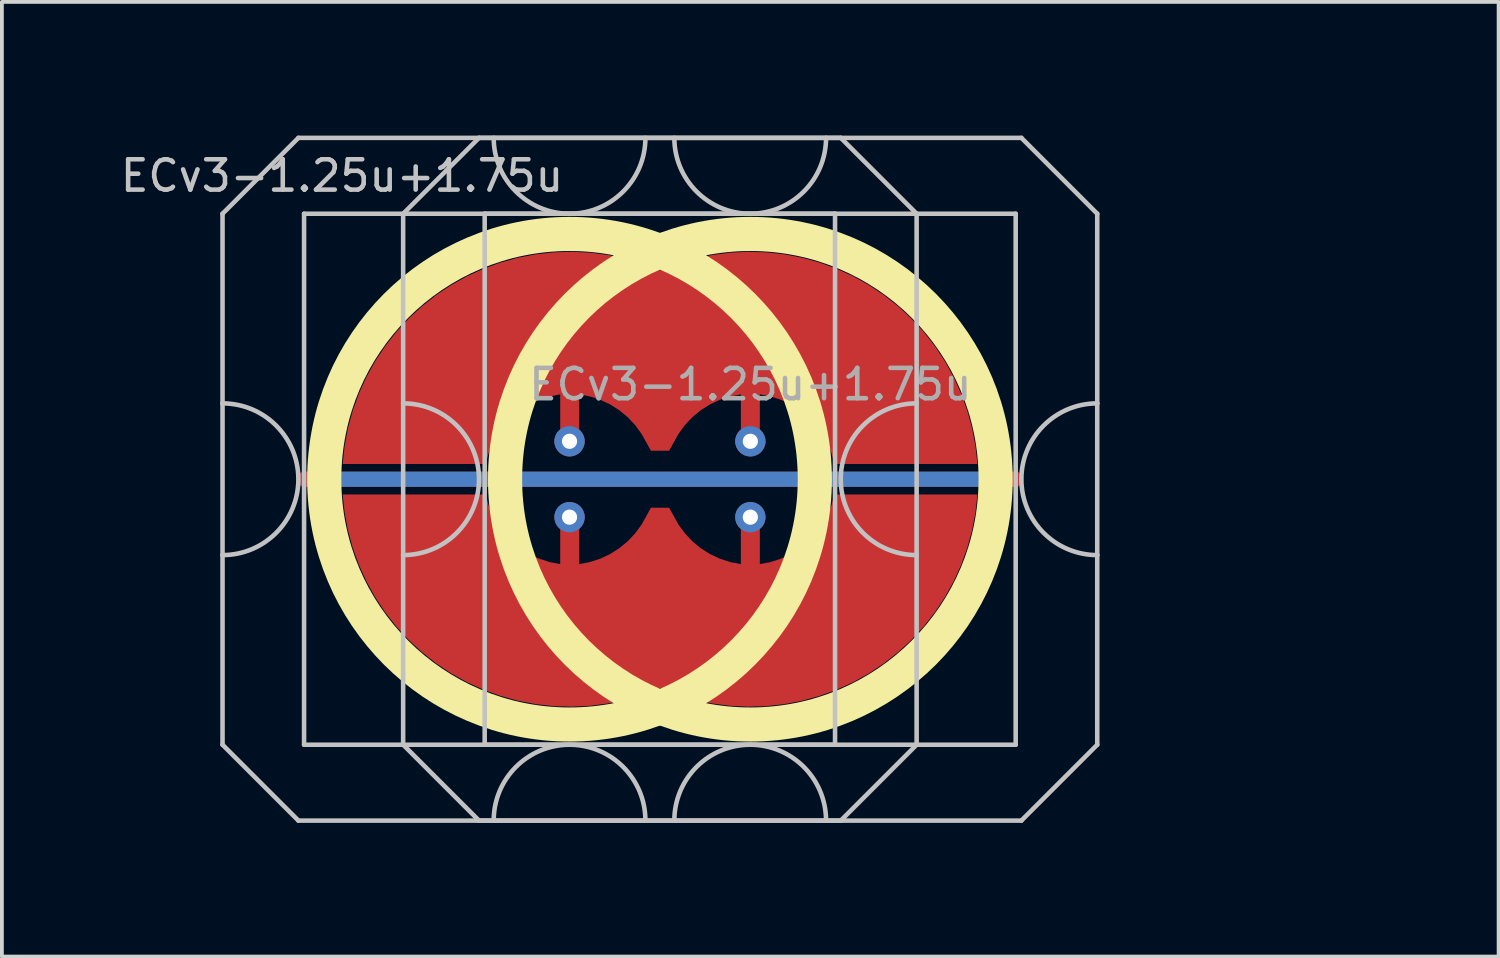
<source format=kicad_pcb>
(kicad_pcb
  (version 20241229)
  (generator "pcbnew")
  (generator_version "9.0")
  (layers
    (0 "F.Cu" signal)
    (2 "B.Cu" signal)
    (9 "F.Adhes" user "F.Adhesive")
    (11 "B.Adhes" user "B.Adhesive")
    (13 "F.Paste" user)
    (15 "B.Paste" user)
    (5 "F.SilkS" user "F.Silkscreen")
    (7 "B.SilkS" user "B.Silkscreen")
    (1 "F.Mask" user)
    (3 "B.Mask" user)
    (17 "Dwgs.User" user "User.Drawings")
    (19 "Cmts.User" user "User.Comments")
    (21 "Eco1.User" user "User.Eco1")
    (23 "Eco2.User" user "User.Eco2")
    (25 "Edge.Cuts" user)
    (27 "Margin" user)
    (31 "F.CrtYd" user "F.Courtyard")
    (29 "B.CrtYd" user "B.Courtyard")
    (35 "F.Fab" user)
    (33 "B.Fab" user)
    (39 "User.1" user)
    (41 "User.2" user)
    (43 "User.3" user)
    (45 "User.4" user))
  (footprint "ECv3-1.25u+1.75u"
    (layer "F.Cu")
    (at 16.729 9.585)
    (property "Reference" "ECv3-1.25u+1.75u" (at -10.762 -8 0) (layer "Dwgs.User") (effects (font (size 0.8 0.8) (thickness 0.12))))
    (attr through_hole exclude_from_pos_files exclude_from_bom)
    (fp_circle (center -4.763 0) (end 1.704 0) (stroke (width 0.9) (type solid)) (fill no) (layer "F.SilkS"))
    (fp_circle (center 0.004 0) (end 6.471 0) (stroke (width 0.9) (type solid)) (fill no) (layer "F.SilkS"))
    (fp_line (start -13.912 -7) (end -13.912 -2) (stroke (width 0.12) (type solid)) (layer "Dwgs.User"))
    (fp_line (start -13.912 -2) (end -13.912 2) (stroke (width 0.12) (type solid)) (layer "Dwgs.User"))
    (fp_line (start -13.912 2) (end -13.912 7) (stroke (width 0.12) (type solid)) (layer "Dwgs.User"))
    (fp_line (start -13.912 7) (end -11.912 9) (stroke (width 0.12) (type solid)) (layer "Dwgs.User"))
    (fp_line (start -11.912 -9) (end -13.912 -7) (stroke (width 0.12) (type solid)) (layer "Dwgs.User"))
    (fp_line (start -11.912 9) (end 2.388 9) (stroke (width 0.12) (type solid)) (layer "Dwgs.User"))
    (fp_line (start -11.762 -7) (end -11.762 7) (stroke (width 0.12) (type solid)) (layer "Dwgs.User"))
    (fp_line (start -11.762 7) (end 2.237 7) (stroke (width 0.12) (type solid)) (layer "Dwgs.User"))
    (fp_line (start -9.15 -7) (end -9.15 -2) (stroke (width 0.12) (type solid)) (layer "Dwgs.User"))
    (fp_line (start -9.15 -2) (end -9.15 2) (stroke (width 0.12) (type solid)) (layer "Dwgs.User"))
    (fp_line (start -9.15 2) (end -9.15 7) (stroke (width 0.12) (type solid)) (layer "Dwgs.User"))
    (fp_line (start -9.15 7) (end -7.15 9) (stroke (width 0.12) (type solid)) (layer "Dwgs.User"))
    (fp_line (start -7.15 -9) (end -9.15 -7) (stroke (width 0.12) (type solid)) (layer "Dwgs.User"))
    (fp_line (start -7.15 9) (end 7.15 9) (stroke (width 0.12) (type solid)) (layer "Dwgs.User"))
    (fp_line (start -7 -7) (end -7 7) (stroke (width 0.12) (type solid)) (layer "Dwgs.User"))
    (fp_line (start -7 7) (end 7 7) (stroke (width 0.12) (type solid)) (layer "Dwgs.User"))
    (fp_line (start 2.237 -7) (end -11.762 -7) (stroke (width 0.12) (type solid)) (layer "Dwgs.User"))
    (fp_line (start 2.237 7) (end 2.237 -7) (stroke (width 0.12) (type solid)) (layer "Dwgs.User"))
    (fp_line (start 2.388 -9) (end -11.912 -9) (stroke (width 0.12) (type solid)) (layer "Dwgs.User"))
    (fp_line (start 2.388 -9) (end 4.388 -7) (stroke (width 0.12) (type solid)) (layer "Dwgs.User"))
    (fp_line (start 2.388 9) (end 4.388 7) (stroke (width 0.12) (type solid)) (layer "Dwgs.User"))
    (fp_line (start 4.388 -2) (end 4.388 -7) (stroke (width 0.12) (type solid)) (layer "Dwgs.User"))
    (fp_line (start 4.388 -2) (end 4.388 2) (stroke (width 0.12) (type solid)) (layer "Dwgs.User"))
    (fp_line (start 4.388 7) (end 4.388 2) (stroke (width 0.12) (type solid)) (layer "Dwgs.User"))
    (fp_line (start 7 -7) (end -7 -7) (stroke (width 0.12) (type solid)) (layer "Dwgs.User"))
    (fp_line (start 7 7) (end 7 -7) (stroke (width 0.12) (type solid)) (layer "Dwgs.User"))
    (fp_line (start 7.15 -9) (end -7.15 -9) (stroke (width 0.12) (type solid)) (layer "Dwgs.User"))
    (fp_line (start 7.15 -9) (end 9.15 -7) (stroke (width 0.12) (type solid)) (layer "Dwgs.User"))
    (fp_line (start 7.15 9) (end 9.15 7) (stroke (width 0.12) (type solid)) (layer "Dwgs.User"))
    (fp_line (start 9.15 -2) (end 9.15 -7) (stroke (width 0.12) (type solid)) (layer "Dwgs.User"))
    (fp_line (start 9.15 -2) (end 9.15 2) (stroke (width 0.12) (type solid)) (layer "Dwgs.User"))
    (fp_line (start 9.15 7) (end 9.15 2) (stroke (width 0.12) (type solid)) (layer "Dwgs.User"))
    (fp_arc (start -13.9125 -2) (mid -11.9125 0) (end -13.9125 2) (stroke (width 0.12) (type solid)) (layer "Dwgs.User"))
    (fp_arc (start -9.15 -2) (mid -7.15 0) (end -9.15 2) (stroke (width 0.12) (type solid)) (layer "Dwgs.User"))
    (fp_arc (start -6.7625 9) (mid -4.7625 7) (end -2.7625 9) (stroke (width 0.12) (type solid)) (layer "Dwgs.User"))
    (fp_arc (start -2.7625 -9) (mid -4.7625 -7) (end -6.7625 -9) (stroke (width 0.12) (type solid)) (layer "Dwgs.User"))
    (fp_arc (start -2 9) (mid 0 7) (end 2 9) (stroke (width 0.12) (type solid)) (layer "Dwgs.User"))
    (fp_arc (start 2 -9) (mid 0 -7) (end -2 -9) (stroke (width 0.12) (type solid)) (layer "Dwgs.User"))
    (fp_arc (start 4.3875 2) (mid 2.3875 0) (end 4.3875 -2) (stroke (width 0.12) (type solid)) (layer "Dwgs.User"))
    (fp_arc (start 9.15 2) (mid 7.15 0) (end 9.15 -2) (stroke (width 0.12) (type solid)) (layer "Dwgs.User"))
    (fp_line (start -16.669 -9.525) (end -16.669 9.525) (stroke (width 0.12) (type solid)) (layer "User.2"))
    (fp_line (start -16.669 -9.525) (end 7.144 -9.525) (stroke (width 0.12) (type solid)) (layer "User.2"))
    (fp_line (start -16.669 9.525) (end 7.144 9.525) (stroke (width 0.12) (type solid)) (layer "User.2"))
    (fp_line (start -16.665 -9.525) (end -16.665 9.525) (stroke (width 0.12) (type solid)) (layer "User.2"))
    (fp_line (start -16.665 -9.525) (end 16.673 -9.525) (stroke (width 0.12) (type solid)) (layer "User.2"))
    (fp_line (start -16.665 9.525) (end 16.673 9.525) (stroke (width 0.12) (type solid)) (layer "User.2"))
    (fp_line (start 7.144 -9.525) (end 7.144 9.525) (stroke (width 0.12) (type solid)) (layer "User.2"))
    (fp_line (start 16.673 -9.525) (end 16.673 9.525) (stroke (width 0.12) (type solid)) (layer "User.2"))
    (fp_text user "${REFERENCE}" (at 0.004 -2.5 0) (layer "F.Fab") (effects (font (size 0.8 0.8) (thickness 0.12))))
    (pad "1" thru_hole circle (at -4.763 -1 270) (size 0.8 0.8) (drill 0.4) (layers "*.Cu"))
    (pad "1" smd custom (at 0.004 -1.002 180) (size 0.169 0.169) (layers "F.Cu") (options (anchor circle)) (primitives (gr_poly (pts (xy -0.231 -0.096) (xy -0.177 -0.177) (xy -0.096 -0.231) (xy 0 -0.25) (xy 0.096 -0.231) (xy 0.177 -0.177) (xy 0.231 -0.096) (xy 0.25 0) (xy 0.25 1.236) (xy 0.532 1.182) (xy 0.805 1.093) (xy 1.064 0.971) (xy 1.307 0.817) (xy 1.528 0.635) (xy 1.725 0.426) (xy 1.894 0.194) (xy 2.034 -0.056) (xy 2.141 -0.25) (xy 2.214 -0.25) (xy 2.549 -0.25) (xy 2.622 -0.25) (xy 2.729 -0.056) (xy 2.868 0.194) (xy 3.038 0.426) (xy 3.235 0.635) (xy 3.456 0.817) (xy 3.698 0.971) (xy 3.958 1.093) (xy 4.231 1.182) (xy 4.512 1.236) (xy 4.512 0) (xy 4.532 -0.096) (xy 4.586 -0.177) (xy 4.667 -0.231) (xy 4.763 -0.25) (xy 4.858 -0.231) (xy 4.939 -0.177) (xy 4.993 -0.096) (xy 5.013 0) (xy 5.013 1.236) (xy 5.294 1.182) (xy 5.567 1.093) (xy 5.827 0.971) (xy 6.069 0.817) (xy 6.29 0.635) (xy 6.487 0.426) (xy 6.657 0.194) (xy 6.796 -0.056) (xy 6.903 -0.323) (xy 6.976 -0.6) (xy 10.748 -0.6) (xy 10.697 -0.125) (xy 10.609 0.344) (xy 10.483 0.805) (xy 10.321 1.255) (xy 10.123 1.69) (xy 9.892 2.108) (xy 9.628 2.506) (xy 9.333 2.882) (xy 9.01 3.233) (xy 8.659 3.557) (xy 8.284 3.853) (xy 7.886 4.118) (xy 7.469 4.35) (xy 7.034 4.548) (xy 6.585 4.711) (xy 6.125 4.838) (xy 5.655 4.928) (xy 5.18 4.98) (xy 4.703 4.995) (xy 4.226 4.971) (xy 3.752 4.909) (xy 3.285 4.81) (xy 2.827 4.674) (xy 2.381 4.502) (xy 1.936 4.674) (xy 1.478 4.81) (xy 1.01 4.909) (xy 0.537 4.971) (xy 0.06 4.995) (xy -0.418 4.98) (xy -0.893 4.928) (xy -1.362 4.838) (xy -1.823 4.711) (xy -2.272 4.548) (xy -2.706 4.35) (xy -3.124 4.118) (xy -3.521 3.853) (xy -3.897 3.557) (xy -4.247 3.233) (xy -4.571 2.882) (xy -4.866 2.506) (xy -5.129 2.108) (xy -5.361 1.69) (xy -5.558 1.255) (xy -5.72 0.805) (xy -5.846 0.344) (xy -5.935 -0.125) (xy -5.986 -0.6) (xy -2.214 -0.6) (xy -2.141 -0.323) (xy -2.034 -0.056) (xy -1.894 0.194) (xy -1.725 0.426) (xy -1.528 0.635) (xy -1.307 0.817) (xy -1.064 0.971) (xy -0.805 1.093) (xy -0.532 1.182) (xy -0.25 1.236) (xy -0.25 0)) (width 0) (fill yes))))
    (pad "1" thru_hole circle (at 0.004 -1 270) (size 0.8 0.8) (drill 0.4) (layers "*.Cu"))
    (pad "2" thru_hole circle (at -4.763 1 270) (size 0.8 0.8) (drill 0.4) (layers "*.Cu"))
    (pad "2" thru_hole circle (at 0.004 1 270) (size 0.8 0.8) (drill 0.4) (layers "*.Cu"))
    (pad "2" smd custom (at 0.004 1.002) (size 0.169 0.169) (layers "F.Cu") (options (anchor circle)) (primitives (gr_poly (pts (xy 0.231 -0.096) (xy 0.177 -0.177) (xy 0.096 -0.231) (xy 0 -0.25) (xy -0.096 -0.231) (xy -0.177 -0.177) (xy -0.231 -0.096) (xy -0.25 0) (xy -0.25 1.236) (xy -0.532 1.182) (xy -0.805 1.093) (xy -1.064 0.971) (xy -1.307 0.817) (xy -1.528 0.635) (xy -1.725 0.426) (xy -1.894 0.194) (xy -2.034 -0.056) (xy -2.141 -0.25) (xy -2.214 -0.25) (xy -2.549 -0.25) (xy -2.622 -0.25) (xy -2.729 -0.056) (xy -2.868 0.194) (xy -3.038 0.426) (xy -3.235 0.635) (xy -3.456 0.817) (xy -3.698 0.971) (xy -3.958 1.093) (xy -4.231 1.182) (xy -4.512 1.236) (xy -4.512 0) (xy -4.532 -0.096) (xy -4.586 -0.177) (xy -4.667 -0.231) (xy -4.763 -0.25) (xy -4.858 -0.231) (xy -4.939 -0.177) (xy -4.993 -0.096) (xy -5.013 0) (xy -5.013 1.236) (xy -5.294 1.182) (xy -5.567 1.093) (xy -5.827 0.971) (xy -6.069 0.817) (xy -6.29 0.635) (xy -6.487 0.426) (xy -6.657 0.194) (xy -6.796 -0.056) (xy -6.903 -0.323) (xy -6.976 -0.6) (xy -10.748 -0.6) (xy -10.697 -0.125) (xy -10.609 0.344) (xy -10.483 0.805) (xy -10.321 1.255) (xy -10.123 1.69) (xy -9.892 2.108) (xy -9.628 2.506) (xy -9.333 2.882) (xy -9.01 3.233) (xy -8.659 3.557) (xy -8.284 3.853) (xy -7.886 4.118) (xy -7.469 4.35) (xy -7.034 4.548) (xy -6.585 4.711) (xy -6.125 4.838) (xy -5.655 4.928) (xy -5.18 4.98) (xy -4.703 4.995) (xy -4.226 4.971) (xy -3.752 4.909) (xy -3.285 4.81) (xy -2.827 4.674) (xy -2.381 4.502) (xy -1.936 4.674) (xy -1.478 4.81) (xy -1.01 4.909) (xy -0.537 4.971) (xy -0.06 4.995) (xy 0.418 4.98) (xy 0.893 4.928) (xy 1.362 4.838) (xy 1.823 4.711) (xy 2.272 4.548) (xy 2.706 4.35) (xy 3.124 4.118) (xy 3.521 3.853) (xy 3.897 3.557) (xy 4.247 3.233) (xy 4.571 2.882) (xy 4.866 2.506) (xy 5.129 2.108) (xy 5.361 1.69) (xy 5.558 1.255) (xy 5.72 0.805) (xy 5.846 0.344) (xy 5.935 -0.125) (xy 5.986 -0.6) (xy 2.214 -0.6) (xy 2.141 -0.323) (xy 2.034 -0.056) (xy 1.894 0.194) (xy 1.725 0.426) (xy 1.528 0.635) (xy 1.307 0.817) (xy 1.064 0.971) (xy 0.805 1.093) (xy 0.532 1.182) (xy 0.25 1.236) (xy 0.25 0)) (width 0) (fill yes))))
    (pad "3" smd custom (at 0.004 0 90) (size 0.4 0.4) (layers "F.Cu") (options (anchor rect)) (primitives (gr_line (start 0 -11.763) (end 0 7) (width 0.4))))
    (pad "3" smd custom (at 0.004 0 90) (size 0.4 0.4) (layers "B.Cu") (options (anchor rect)) (primitives (gr_line (start 0 -11.263) (end 0 6.5) (width 0.4))))
    (zone (net_name "") (layer "F.Cu") (hatch edge 0.508) (connect_pads) (min_thickness 0.254) (filled_areas_thickness no) (keepout (tracks allowed) (vias allowed) (pads allowed) (copperpour not_allowed) (footprints allowed)) (placement (enabled no)) (fill) (polygon (pts (xy 11.97 16.59) (xy 12.483 16.571) (xy 12.993 16.515) (xy 13.498 16.421) (xy 13.994 16.291) (xy 14.48 16.125) (xy 14.952 15.923) (xy 15.408 15.688) (xy 15.846 15.42) (xy 16.263 15.12) (xy 16.657 14.791) (xy 17.025 14.433) (xy 17.367 14.05) (xy 17.679 13.643) (xy 17.961 13.214) (xy 18.211 12.765) (xy 18.427 12.3) (xy 18.609 11.819) (xy 18.754 11.327) (xy 18.864 10.825) (xy 18.936 10.317) (xy 18.971 9.805) (xy 18.968 9.292) (xy 18.928 8.78) (xy 18.85 8.272) (xy 18.736 7.772) (xy 18.585 7.281) (xy 18.398 6.803) (xy 18.177 6.34) (xy 17.923 5.894) (xy 17.637 5.468) (xy 17.32 5.064) (xy 16.974 4.684) (xy 16.602 4.331) (xy 16.205 4.005) (xy 15.785 3.71) (xy 15.344 3.447) (xy 14.886 3.216) (xy 14.411 3.019) (xy 13.924 2.858) (xy 13.426 2.733) (xy 12.92 2.645) (xy 12.409 2.594) (xy 11.896 2.58) (xy 11.383 2.605) (xy 10.874 2.666) (xy 10.37 2.765) (xy 9.875 2.901) (xy 9.391 3.072) (xy 8.921 3.278) (xy 8.467 3.519) (xy 8.032 3.791) (xy 7.618 4.095) (xy 7.228 4.429) (xy 6.863 4.79) (xy 6.526 5.177) (xy 6.217 5.587) (xy 5.94 6.019) (xy 5.695 6.47) (xy 5.484 6.938) (xy 5.307 7.42) (xy 5.167 7.914) (xy 5.063 8.417) (xy 4.996 8.926) (xy 4.966 9.438) (xy 4.974 9.952) (xy 5.02 10.463) (xy 5.103 10.97) (xy 5.223 11.469) (xy 5.379 11.958) (xy 5.57 12.434) (xy 5.796 12.895) (xy 6.055 13.338) (xy 6.346 13.761) (xy 6.667 14.162) (xy 7.016 14.538) (xy 7.392 14.888) (xy 7.793 15.209) (xy 8.216 15.499) (xy 8.659 15.758) (xy 9.12 15.984) (xy 9.597 16.176) (xy 10.086 16.332) (xy 10.585 16.452) (xy 11.092 16.535) (xy 11.603 16.58))))
    (zone (net_name "") (layer "F.Cu") (hatch edge 0.508) (connect_pads) (min_thickness 0.254) (filled_areas_thickness no) (keepout (tracks allowed) (vias allowed) (pads allowed) (copperpour not_allowed) (footprints allowed)) (placement (enabled no)) (fill) (polygon (pts (xy 16.733 2.578) (xy 16.22 2.597) (xy 15.709 2.653) (xy 15.204 2.747) (xy 14.708 2.877) (xy 14.222 3.043) (xy 13.75 3.245) (xy 13.294 3.48) (xy 12.856 3.748) (xy 12.439 4.048) (xy 12.045 4.377) (xy 11.677 4.735) (xy 11.335 5.118) (xy 11.023 5.525) (xy 10.741 5.954) (xy 10.491 6.403) (xy 10.275 6.868) (xy 10.094 7.349) (xy 9.948 7.841) (xy 9.838 8.343) (xy 9.766 8.851) (xy 9.731 9.363) (xy 9.734 9.876) (xy 9.774 10.388) (xy 9.852 10.896) (xy 9.966 11.396) (xy 10.117 11.887) (xy 10.304 12.365) (xy 10.525 12.828) (xy 10.779 13.274) (xy 11.065 13.7) (xy 11.382 14.104) (xy 11.728 14.484) (xy 12.1 14.837) (xy 12.497 15.163) (xy 12.917 15.458) (xy 13.358 15.721) (xy 13.817 15.952) (xy 14.291 16.149) (xy 14.778 16.31) (xy 15.276 16.435) (xy 15.782 16.523) (xy 16.293 16.574) (xy 16.806 16.588) (xy 17.319 16.563) (xy 17.828 16.502) (xy 18.332 16.403) (xy 18.827 16.267) (xy 19.311 16.096) (xy 19.781 15.89) (xy 20.235 15.649) (xy 20.67 15.377) (xy 21.084 15.073) (xy 21.474 14.739) (xy 21.839 14.378) (xy 22.176 13.991) (xy 22.485 13.581) (xy 22.762 13.149) (xy 23.007 12.698) (xy 23.218 12.23) (xy 23.395 11.748) (xy 23.535 11.254) (xy 23.639 10.751) (xy 23.706 10.242) (xy 23.736 9.73) (xy 23.728 9.216) (xy 23.682 8.705) (xy 23.599 8.198) (xy 23.479 7.699) (xy 23.323 7.21) (xy 23.132 6.734) (xy 22.906 6.273) (xy 22.647 5.83) (xy 22.356 5.407) (xy 22.035 5.006) (xy 21.686 4.63) (xy 21.31 4.28) (xy 20.909 3.959) (xy 20.486 3.669) (xy 20.043 3.41) (xy 19.582 3.184) (xy 19.105 2.992) (xy 18.616 2.836) (xy 18.117 2.716) (xy 17.61 2.633) (xy 17.099 2.588))))
    (zone (net_name "") (layer "B.Cu") (hatch edge 0.508) (connect_pads) (min_thickness 0.254) (filled_areas_thickness no) (keepout (tracks allowed) (vias allowed) (pads allowed) (copperpour not_allowed) (footprints allowed)) (placement (enabled no)) (fill) (polygon (pts (xy 11.97 16.143) (xy 12.484 16.123) (xy 12.995 16.063) (xy 13.501 15.962) (xy 13.996 15.822) (xy 14.479 15.644) (xy 14.947 15.428) (xy 15.396 15.177) (xy 15.824 14.891) (xy 16.229 14.572) (xy 16.607 14.222) (xy 16.956 13.844) (xy 17.275 13.44) (xy 17.561 13.012) (xy 17.813 12.562) (xy 18.029 12.095) (xy 18.207 11.612) (xy 18.347 11.116) (xy 18.447 10.611) (xy 18.508 10.1) (xy 18.528 9.585) (xy 18.508 9.07) (xy 18.447 8.559) (xy 18.347 8.054) (xy 18.207 7.558) (xy 18.029 7.075) (xy 17.813 6.608) (xy 17.561 6.158) (xy 17.275 5.73) (xy 16.956 5.326) (xy 16.607 4.948) (xy 16.229 4.598) (xy 15.824 4.279) (xy 15.396 3.993) (xy 14.947 3.742) (xy 14.479 3.526) (xy 13.996 3.348) (xy 13.501 3.208) (xy 12.995 3.107) (xy 12.484 3.047) (xy 11.97 3.027) (xy 11.455 3.047) (xy 10.944 3.107) (xy 10.439 3.208) (xy 9.943 3.348) (xy 9.46 3.526) (xy 8.992 3.742) (xy 8.543 3.993) (xy 8.115 4.279) (xy 7.71 4.598) (xy 7.332 4.948) (xy 6.983 5.326) (xy 6.664 5.73) (xy 6.378 6.158) (xy 6.126 6.608) (xy 5.911 7.075) (xy 5.732 7.558) (xy 5.592 8.054) (xy 5.492 8.559) (xy 5.432 9.07) (xy 5.411 9.585) (xy 5.432 10.1) (xy 5.492 10.611) (xy 5.592 11.116) (xy 5.732 11.612) (xy 5.911 12.095) (xy 6.126 12.562) (xy 6.378 13.012) (xy 6.664 13.44) (xy 6.983 13.844) (xy 7.332 14.222) (xy 7.71 14.572) (xy 8.115 14.891) (xy 8.543 15.177) (xy 8.992 15.428) (xy 9.46 15.644) (xy 9.943 15.822) (xy 10.439 15.962) (xy 10.944 16.063) (xy 11.455 16.123))))
    (zone (net_name "") (layer "B.Cu") (hatch edge 0.508) (connect_pads) (min_thickness 0.254) (filled_areas_thickness no) (keepout (tracks allowed) (vias allowed) (pads allowed) (copperpour not_allowed) (footprints allowed)) (placement (enabled no)) (fill) (polygon (pts (xy 16.733 3.025) (xy 16.218 3.045) (xy 15.707 3.105) (xy 15.202 3.206) (xy 14.706 3.346) (xy 14.223 3.524) (xy 13.755 3.74) (xy 13.306 3.991) (xy 12.878 4.277) (xy 12.473 4.596) (xy 12.095 4.946) (xy 11.746 5.324) (xy 11.427 5.728) (xy 11.141 6.156) (xy 10.889 6.606) (xy 10.674 7.073) (xy 10.495 7.556) (xy 10.355 8.052) (xy 10.255 8.557) (xy 10.195 9.068) (xy 10.174 9.583) (xy 10.195 10.098) (xy 10.255 10.609) (xy 10.355 11.114) (xy 10.495 11.61) (xy 10.674 12.093) (xy 10.889 12.56) (xy 11.141 13.01) (xy 11.427 13.438) (xy 11.746 13.842) (xy 12.095 14.22) (xy 12.473 14.57) (xy 12.878 14.889) (xy 13.306 15.175) (xy 13.755 15.426) (xy 14.223 15.642) (xy 14.706 15.82) (xy 15.202 15.96) (xy 15.707 16.061) (xy 16.218 16.121) (xy 16.733 16.141) (xy 17.247 16.121) (xy 17.758 16.061) (xy 18.264 15.96) (xy 18.759 15.82) (xy 19.242 15.642) (xy 19.71 15.426) (xy 20.159 15.175) (xy 20.587 14.889) (xy 20.992 14.57) (xy 21.37 14.22) (xy 21.719 13.842) (xy 22.038 13.438) (xy 22.324 13.01) (xy 22.576 12.56) (xy 22.792 12.093) (xy 22.97 11.61) (xy 23.11 11.114) (xy 23.21 10.609) (xy 23.271 10.098) (xy 23.291 9.583) (xy 23.271 9.068) (xy 23.21 8.557) (xy 23.11 8.052) (xy 22.97 7.556) (xy 22.792 7.073) (xy 22.576 6.606) (xy 22.324 6.156) (xy 22.038 5.728) (xy 21.719 5.324) (xy 21.37 4.946) (xy 20.992 4.596) (xy 20.587 4.277) (xy 20.159 3.991) (xy 19.71 3.74) (xy 19.242 3.524) (xy 18.759 3.346) (xy 18.264 3.206) (xy 17.758 3.105) (xy 17.247 3.045)))))
  (gr_rect
    (start -3 -3)
    (end 36.461 22.17)
    (stroke (width 0.1) (type default))
    (fill no)
    (layer "Edge.Cuts")))
</source>
